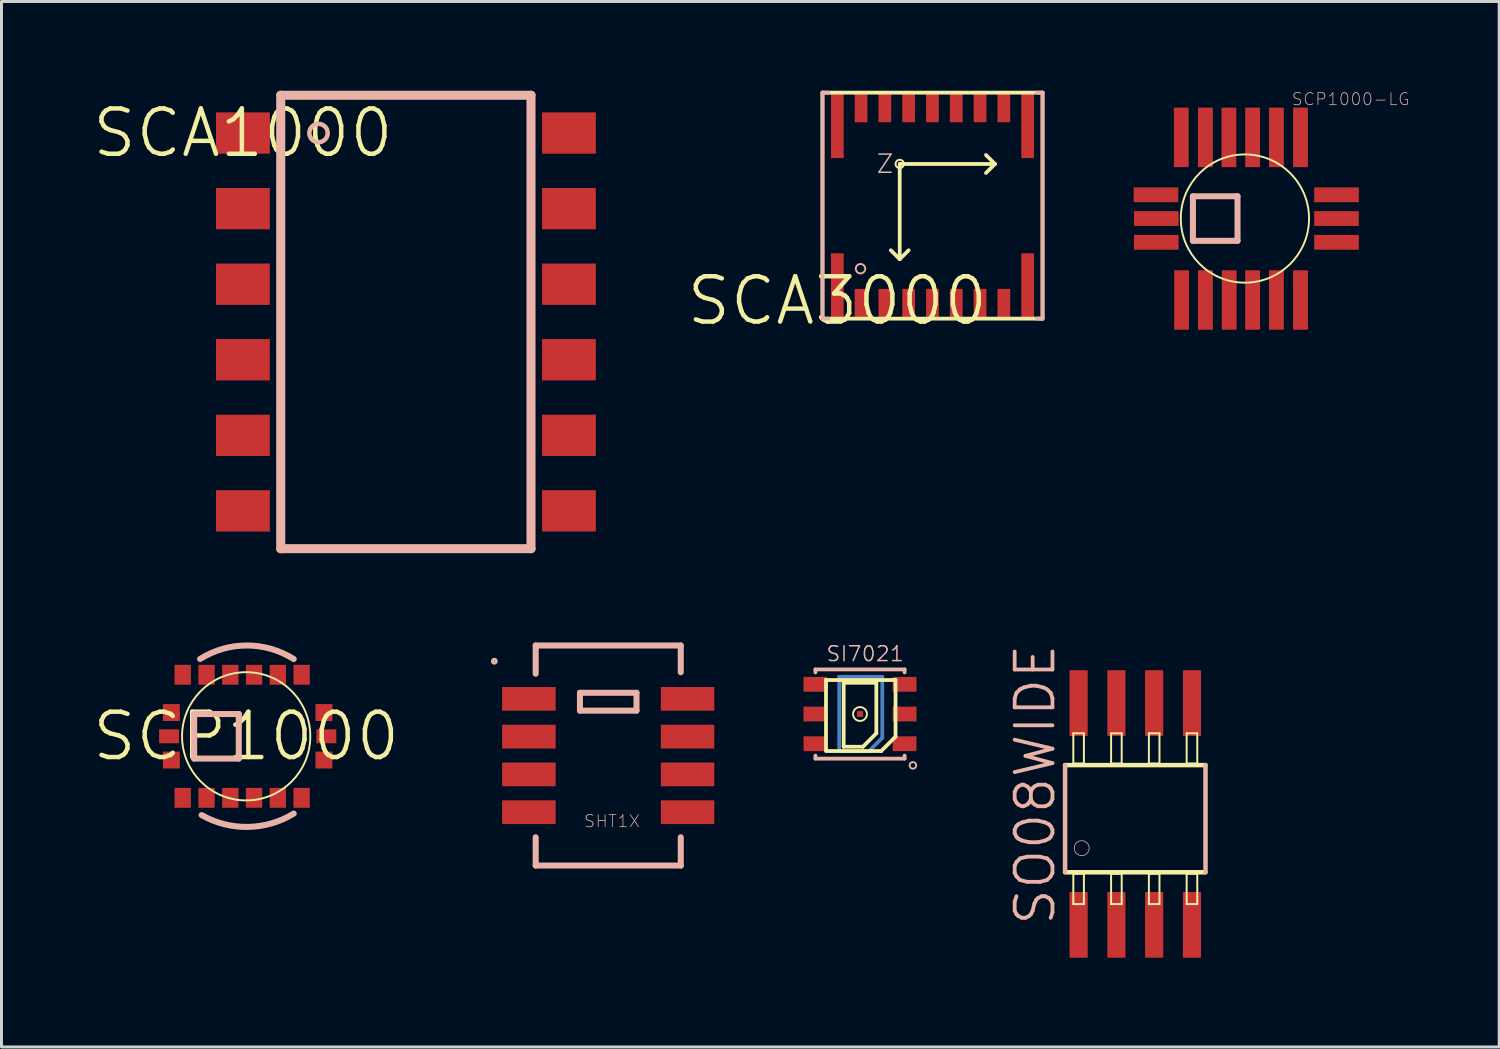
<source format=kicad_pcb>
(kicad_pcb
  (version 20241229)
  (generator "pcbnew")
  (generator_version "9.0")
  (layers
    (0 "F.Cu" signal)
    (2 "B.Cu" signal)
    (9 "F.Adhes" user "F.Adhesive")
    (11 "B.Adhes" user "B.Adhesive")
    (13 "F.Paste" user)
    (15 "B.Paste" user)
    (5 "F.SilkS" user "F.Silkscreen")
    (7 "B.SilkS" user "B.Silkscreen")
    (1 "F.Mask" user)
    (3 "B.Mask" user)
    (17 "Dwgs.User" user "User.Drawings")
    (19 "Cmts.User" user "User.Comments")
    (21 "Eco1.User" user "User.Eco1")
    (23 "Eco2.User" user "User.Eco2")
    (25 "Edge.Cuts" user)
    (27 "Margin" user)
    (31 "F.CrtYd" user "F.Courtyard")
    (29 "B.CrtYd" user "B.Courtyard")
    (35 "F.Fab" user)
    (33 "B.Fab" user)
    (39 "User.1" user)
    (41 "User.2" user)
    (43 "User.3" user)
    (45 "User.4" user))
  (footprint "SCA1000"
    (layer "F.Cu")
    (at 5.116 1.422)
    (property "Reference" "SCA1000" (at 0 0 0) (layer "F.SilkS") (effects (font (size 1.524 1.524) (thickness 0.15))))
    (attr smd)
    (fp_line (start 1.27 -1.27) (end 1.27 13.97) (stroke (width 0.305) (type solid)) (layer "B.SilkS"))
    (fp_line (start 1.27 13.97) (end 9.682 13.97) (stroke (width 0.305) (type solid)) (layer "B.SilkS"))
    (fp_line (start 9.682 -1.27) (end 1.27 -1.27) (stroke (width 0.305) (type solid)) (layer "B.SilkS"))
    (fp_line (start 9.682 13.97) (end 9.682 -1.27) (stroke (width 0.305) (type solid)) (layer "B.SilkS"))
    (fp_circle (center 2.54 0) (end 2.758 0.218) (stroke (width 0.152) (type solid)) (fill no) (layer "B.SilkS"))
    (pad "1" smd rect (at 0 0) (size 1.808 1.389) (layers "F.Cu" "F.Mask" "F.Paste"))
    (pad "2" smd rect (at 0 2.54) (size 1.808 1.389) (layers "F.Cu" "F.Mask" "F.Paste"))
    (pad "3" smd rect (at 0 5.08) (size 1.808 1.389) (layers "F.Cu" "F.Mask" "F.Paste"))
    (pad "4" smd rect (at 0 7.62) (size 1.808 1.389) (layers "F.Cu" "F.Mask" "F.Paste"))
    (pad "5" smd rect (at 0 10.16) (size 1.808 1.389) (layers "F.Cu" "F.Mask" "F.Paste"))
    (pad "6" smd rect (at 0 12.7) (size 1.808 1.389) (layers "F.Cu" "F.Mask" "F.Paste"))
    (pad "7" smd rect (at 10.958 12.7) (size 1.808 1.389) (layers "F.Cu" "F.Mask" "F.Paste"))
    (pad "8" smd rect (at 10.958 10.16) (size 1.808 1.389) (layers "F.Cu" "F.Mask" "F.Paste"))
    (pad "9" smd rect (at 10.958 7.62) (size 1.808 1.389) (layers "F.Cu" "F.Mask" "F.Paste"))
    (pad "10" smd rect (at 10.958 5.08) (size 1.808 1.389) (layers "F.Cu" "F.Mask" "F.Paste"))
    (pad "11" smd rect (at 10.958 2.54) (size 1.808 1.389) (layers "F.Cu" "F.Mask" "F.Paste"))
    (pad "12" smd rect (at 10.958 0) (size 1.808 1.389) (layers "F.Cu" "F.Mask" "F.Paste")))
  (footprint "SI7021"
    (layer "F.Cu")
    (at 25.857 20.95)
    (property "Reference" "SI7021" (at 0.173 -2.024 0) (layer "B.SilkS") (effects (font (size 0.498 0.498) (thickness 0.051))))
    (attr smd)
    (fp_line (start -0.699 -1.25) (end 0.749 -1.25) (stroke (width 0.127) (type solid)) (layer "B.Cu"))
    (fp_line (start -0.699 1.25) (end -0.699 -1.25) (stroke (width 0.127) (type solid)) (layer "B.Cu"))
    (fp_line (start 0.3 1.25) (end -0.699 1.25) (stroke (width 0.127) (type solid)) (layer "B.Cu"))
    (fp_line (start 0.749 -1.25) (end 0.749 0.798) (stroke (width 0.127) (type solid)) (layer "B.Cu"))
    (fp_line (start 0.749 0.798) (end 0.3 1.25) (stroke (width 0.127) (type solid)) (layer "B.Cu"))
    (fp_line (start -1.143 -1.143) (end 1.194 -1.143) (stroke (width 0.127) (type solid)) (layer "F.SilkS"))
    (fp_line (start -1.143 1.219) (end -1.143 -1.143) (stroke (width 0.127) (type solid)) (layer "F.SilkS"))
    (fp_line (start -0.549 -1.049) (end 0.549 -1.049) (stroke (width 0.127) (type solid)) (layer "F.SilkS"))
    (fp_line (start -0.549 1.1) (end -0.549 -1.049) (stroke (width 0.127) (type solid)) (layer "F.SilkS"))
    (fp_line (start 0.099 1.1) (end -0.549 1.1) (stroke (width 0.127) (type solid)) (layer "F.SilkS"))
    (fp_line (start 0.549 -1.049) (end 0.549 0.648) (stroke (width 0.127) (type solid)) (layer "F.SilkS"))
    (fp_line (start 0.549 0.648) (end 0.099 1.1) (stroke (width 0.127) (type solid)) (layer "F.SilkS"))
    (fp_line (start 0.711 1.245) (end -1.143 1.245) (stroke (width 0.127) (type solid)) (layer "F.SilkS"))
    (fp_line (start 1.194 -1.143) (end 1.194 0.762) (stroke (width 0.127) (type solid)) (layer "F.SilkS"))
    (fp_line (start 1.194 0.762) (end 0.711 1.245) (stroke (width 0.127) (type solid)) (layer "F.SilkS"))
    (fp_circle (center 0 0) (end -0.165 0.165) (stroke (width 0.064) (type solid)) (fill no) (layer "F.SilkS"))
    (fp_line (start -1.499 -1.499) (end 1.499 -1.499) (stroke (width 0.127) (type solid)) (layer "B.SilkS"))
    (fp_line (start -1.499 -1.397) (end -1.499 -1.499) (stroke (width 0.127) (type solid)) (layer "B.SilkS"))
    (fp_line (start -1.499 1.397) (end -1.499 1.499) (stroke (width 0.127) (type solid)) (layer "B.SilkS"))
    (fp_line (start -1.499 1.499) (end 1.499 1.499) (stroke (width 0.127) (type solid)) (layer "B.SilkS"))
    (fp_line (start 1.499 -1.499) (end 1.499 -1.397) (stroke (width 0.127) (type solid)) (layer "B.SilkS"))
    (fp_line (start 1.499 1.499) (end 1.499 1.397) (stroke (width 0.127) (type solid)) (layer "B.SilkS"))
    (fp_circle (center 1.778 1.727) (end 1.857 1.806) (stroke (width 0.064) (type solid)) (fill no) (layer "B.SilkS"))
    (pad "7" smd rect (at 0 0) (size 0.198 0.198) (layers "F.Cu" "F.Mask" "F.Paste"))
    (pad "DATA" smd rect (at 1.499 0.998 270) (size 0.498 0.798) (layers "F.Cu" "F.Mask" "F.Paste"))
    (pad "GND" smd rect (at 1.499 0 270) (size 0.498 0.798) (layers "F.Cu" "F.Mask" "F.Paste"))
    (pad "NC@3" smd rect (at 1.499 -0.998 270) (size 0.498 0.798) (layers "F.Cu" "F.Mask" "F.Paste"))
    (pad "NC@4" smd rect (at -1.499 -0.998 270) (size 0.498 0.798) (layers "F.Cu" "F.Mask" "F.Paste"))
    (pad "SCK" smd rect (at -1.499 0.998 270) (size 0.498 0.798) (layers "F.Cu" "F.Mask" "F.Paste"))
    (pad "VDD" smd rect (at -1.499 0 270) (size 0.498 0.798) (layers "F.Cu" "F.Mask" "F.Paste")))
  (footprint "SCA3000"
    (layer "F.Cu")
    (at 25.094 7.061)
    (property "Reference" "SCA3000" (at 0 0 0) (layer "F.SilkS") (effects (font (size 1.524 1.524) (thickness 0.15))))
    (attr smd)
    (fp_line (start -0.498 -6.998) (end -0.498 0.599) (stroke (width 0.127) (type solid)) (layer "F.SilkS"))
    (fp_line (start -0.498 0.599) (end 6.899 0.599) (stroke (width 0.127) (type solid)) (layer "F.SilkS"))
    (fp_line (start 2.098 -4.6) (end 2.098 -1.4) (stroke (width 0.127) (type solid)) (layer "F.SilkS"))
    (fp_line (start 2.098 -4.6) (end 5.298 -4.6) (stroke (width 0.127) (type solid)) (layer "F.SilkS"))
    (fp_line (start 2.098 -1.4) (end 1.798 -1.699) (stroke (width 0.127) (type solid)) (layer "F.SilkS"))
    (fp_line (start 2.098 -1.4) (end 2.398 -1.699) (stroke (width 0.127) (type solid)) (layer "F.SilkS"))
    (fp_line (start 4.999 -4.9) (end 5.298 -4.6) (stroke (width 0.127) (type solid)) (layer "F.SilkS"))
    (fp_line (start 5.298 -4.6) (end 4.999 -4.298) (stroke (width 0.127) (type solid)) (layer "F.SilkS"))
    (fp_line (start 6.899 -6.998) (end -0.498 -6.998) (stroke (width 0.127) (type solid)) (layer "F.SilkS"))
    (fp_line (start 6.899 0.599) (end 6.899 -6.998) (stroke (width 0.127) (type solid)) (layer "F.SilkS"))
    (fp_circle (center 2.098 -4.6) (end 2.197 -4.699) (stroke (width 0.064) (type solid)) (fill no) (layer "F.SilkS"))
    (fp_line (start -0.498 -6.998) (end -0.498 0.599) (stroke (width 0.127) (type solid)) (layer "B.SilkS"))
    (fp_line (start -0.498 -6.998) (end -0.3 -6.998) (stroke (width 0.127) (type solid)) (layer "B.SilkS"))
    (fp_line (start -0.498 0.599) (end -0.3 0.599) (stroke (width 0.127) (type solid)) (layer "B.SilkS"))
    (fp_line (start 6.899 -6.998) (end 6.698 -6.998) (stroke (width 0.127) (type solid)) (layer "B.SilkS"))
    (fp_line (start 6.899 0.599) (end 6.698 0.599) (stroke (width 0.127) (type solid)) (layer "B.SilkS"))
    (fp_line (start 6.899 0.599) (end 6.899 -6.998) (stroke (width 0.127) (type solid)) (layer "B.SilkS"))
    (fp_circle (center 0.78 -1.079) (end 0.892 -1.191) (stroke (width 0.064) (type solid)) (fill no) (layer "B.SilkS"))
    (fp_text user "Z" (at 1.603 -4.602 0) (layer "B.SilkS") (effects (font (size 0.61 0.61) (thickness 0.051))))
    (pad "P$1" smd rect (at 0 -0.498) (size 0.429 2.2) (layers "F.Cu" "F.Mask" "F.Paste"))
    (pad "P$2" smd rect (at 0.798 0.099) (size 0.429 0.998) (layers "F.Cu" "F.Mask" "F.Paste"))
    (pad "P$3" smd rect (at 1.598 0.099) (size 0.429 0.998) (layers "F.Cu" "F.Mask" "F.Paste"))
    (pad "P$4" smd rect (at 2.398 0.099) (size 0.429 0.998) (layers "F.Cu" "F.Mask" "F.Paste"))
    (pad "P$5" smd rect (at 3.198 0.099) (size 0.429 0.998) (layers "F.Cu" "F.Mask" "F.Paste"))
    (pad "P$6" smd rect (at 3.998 0.099) (size 0.429 0.998) (layers "F.Cu" "F.Mask" "F.Paste"))
    (pad "P$7" smd rect (at 4.798 0.099) (size 0.429 0.998) (layers "F.Cu" "F.Mask" "F.Paste"))
    (pad "P$8" smd rect (at 5.598 0.099) (size 0.429 0.998) (layers "F.Cu" "F.Mask" "F.Paste"))
    (pad "P$9" smd rect (at 6.398 -0.498) (size 0.429 2.2) (layers "F.Cu" "F.Mask" "F.Paste"))
    (pad "P$10" smd rect (at 6.398 -5.898) (size 0.429 2.2) (layers "F.Cu" "F.Mask" "F.Paste"))
    (pad "P$11" smd rect (at 5.598 -6.5) (size 0.429 0.998) (layers "F.Cu" "F.Mask" "F.Paste"))
    (pad "P$12" smd rect (at 4.798 -6.5) (size 0.429 0.998) (layers "F.Cu" "F.Mask" "F.Paste"))
    (pad "P$13" smd rect (at 3.998 -6.5) (size 0.429 0.998) (layers "F.Cu" "F.Mask" "F.Paste"))
    (pad "P$14" smd rect (at 3.198 -6.5) (size 0.429 0.998) (layers "F.Cu" "F.Mask" "F.Paste"))
    (pad "P$15" smd rect (at 2.398 -6.5) (size 0.429 0.998) (layers "F.Cu" "F.Mask" "F.Paste"))
    (pad "P$16" smd rect (at 1.598 -6.5) (size 0.429 0.998) (layers "F.Cu" "F.Mask" "F.Paste"))
    (pad "P$17" smd rect (at 0.798 -6.5) (size 0.429 0.998) (layers "F.Cu" "F.Mask" "F.Paste"))
    (pad "P$18" smd rect (at 0 -5.898) (size 0.429 2.2) (layers "F.Cu" "F.Mask" "F.Paste")))
  (footprint "SCP1000-LG"
    (layer "F.Cu")
    (at 38.795 4.296)
    (property "Reference" "SCP1000-LG" (at 3.556 -4.013 0) (layer "B.SilkS") (effects (font (size 0.406 0.406) (thickness 0.025))))
    (attr smd)
    (fp_circle (center 0 0) (end -1.524 1.524) (stroke (width 0.064) (type solid)) (fill no) (layer "F.SilkS"))
    (fp_line (start -1.748 -0.749) (end -0.249 -0.749) (stroke (width 0.203) (type solid)) (layer "B.SilkS"))
    (fp_line (start -1.748 0.749) (end -1.748 -0.749) (stroke (width 0.203) (type solid)) (layer "B.SilkS"))
    (fp_line (start -0.249 -0.749) (end -0.249 0.749) (stroke (width 0.203) (type solid)) (layer "B.SilkS"))
    (fp_line (start -0.249 0.749) (end -1.748 0.749) (stroke (width 0.203) (type solid)) (layer "B.SilkS"))
    (pad "ATST" smd rect (at -2.979 0.798 180) (size 1.499 0.498) (layers "F.Cu" "F.Mask" "F.Paste"))
    (pad "ATST" smd rect (at -2.129 2.738 180) (size 0.498 1.999) (layers "F.Cu" "F.Mask" "F.Paste"))
    (pad "AVDD" smd rect (at -1.328 -2.728 180) (size 0.498 1.999) (layers "F.Cu" "F.Mask" "F.Paste"))
    (pad "AVSS" smd rect (at -2.99 -0.798 180) (size 1.499 0.498) (layers "F.Cu" "F.Mask" "F.Paste"))
    (pad "AVSS" smd rect (at -2.139 -2.728 180) (size 0.498 1.999) (layers "F.Cu" "F.Mask" "F.Paste"))
    (pad "CLK" smd rect (at 0.259 2.738 180) (size 0.498 1.999) (layers "F.Cu" "F.Mask" "F.Paste"))
    (pad "CSB" smd rect (at -0.538 -2.728 180) (size 0.498 1.999) (layers "F.Cu" "F.Mask" "F.Paste"))
    (pad "DRDY" smd rect (at -0.528 2.738 180) (size 0.498 1.999) (layers "F.Cu" "F.Mask" "F.Paste"))
    (pad "DUMM" smd rect (at -2.979 0) (size 1.499 0.498) (layers "F.Cu" "F.Mask" "F.Paste"))
    (pad "DUMM" smd rect (at 3.078 0) (size 1.499 0.498) (layers "F.Cu" "F.Mask" "F.Paste"))
    (pad "DVDD" smd rect (at 1.059 2.738 180) (size 0.498 1.999) (layers "F.Cu" "F.Mask" "F.Paste"))
    (pad "DVDD" smd rect (at 3.078 0.798 180) (size 1.499 0.498) (layers "F.Cu" "F.Mask" "F.Paste"))
    (pad "DVSS" smd rect (at 1.869 2.738 180) (size 0.498 1.999) (layers "F.Cu" "F.Mask" "F.Paste"))
    (pad "MISO" smd rect (at 0.259 -2.728 180) (size 0.498 1.999) (layers "F.Cu" "F.Mask" "F.Paste"))
    (pad "MOSI" smd rect (at 1.059 -2.728 180) (size 0.498 1.999) (layers "F.Cu" "F.Mask" "F.Paste"))
    (pad "PD" smd rect (at 3.078 -0.798 180) (size 1.499 0.498) (layers "F.Cu" "F.Mask" "F.Paste"))
    (pad "SCK/" smd rect (at 1.869 -2.728 180) (size 0.498 1.999) (layers "F.Cu" "F.Mask" "F.Paste"))
    (pad "TRIG" smd rect (at -1.328 2.738 180) (size 0.498 1.999) (layers "F.Cu" "F.Mask" "F.Paste")))
  (footprint "SO08WIDE"
    (layer "F.Cu")
    (at 35.11 24.468)
    (property "Reference" "SO08WIDE" (at -3.365 -1.143 90) (layer "B.SilkS") (effects (font (size 1.27 1.27) (thickness 0.127))))
    (attr smd)
    (fp_line (start -2.36 1.801) (end 2.36 1.801) (stroke (width 0.152) (type solid)) (layer "F.SilkS"))
    (fp_line (start -2.083 -2.87) (end -1.727 -2.87) (stroke (width 0.066) (type solid)) (layer "F.SilkS"))
    (fp_line (start -2.083 -1.854) (end -2.083 -2.87) (stroke (width 0.066) (type solid)) (layer "F.SilkS"))
    (fp_line (start -2.083 -1.854) (end -1.727 -1.854) (stroke (width 0.066) (type solid)) (layer "F.SilkS"))
    (fp_line (start -2.083 1.854) (end -1.727 1.854) (stroke (width 0.066) (type solid)) (layer "F.SilkS"))
    (fp_line (start -2.083 2.87) (end -2.083 1.854) (stroke (width 0.066) (type solid)) (layer "F.SilkS"))
    (fp_line (start -2.083 2.87) (end -1.727 2.87) (stroke (width 0.066) (type solid)) (layer "F.SilkS"))
    (fp_line (start -1.727 -1.854) (end -1.727 -2.87) (stroke (width 0.066) (type solid)) (layer "F.SilkS"))
    (fp_line (start -1.727 2.87) (end -1.727 1.854) (stroke (width 0.066) (type solid)) (layer "F.SilkS"))
    (fp_line (start -0.813 -2.87) (end -0.457 -2.87) (stroke (width 0.066) (type solid)) (layer "F.SilkS"))
    (fp_line (start -0.813 -1.854) (end -0.813 -2.87) (stroke (width 0.066) (type solid)) (layer "F.SilkS"))
    (fp_line (start -0.813 -1.854) (end -0.457 -1.854) (stroke (width 0.066) (type solid)) (layer "F.SilkS"))
    (fp_line (start -0.813 1.854) (end -0.457 1.854) (stroke (width 0.066) (type solid)) (layer "F.SilkS"))
    (fp_line (start -0.813 2.87) (end -0.813 1.854) (stroke (width 0.066) (type solid)) (layer "F.SilkS"))
    (fp_line (start -0.813 2.87) (end -0.457 2.87) (stroke (width 0.066) (type solid)) (layer "F.SilkS"))
    (fp_line (start -0.457 -1.854) (end -0.457 -2.87) (stroke (width 0.066) (type solid)) (layer "F.SilkS"))
    (fp_line (start -0.457 2.87) (end -0.457 1.854) (stroke (width 0.066) (type solid)) (layer "F.SilkS"))
    (fp_line (start 0.457 -2.87) (end 0.813 -2.87) (stroke (width 0.066) (type solid)) (layer "F.SilkS"))
    (fp_line (start 0.457 -1.854) (end 0.457 -2.87) (stroke (width 0.066) (type solid)) (layer "F.SilkS"))
    (fp_line (start 0.457 -1.854) (end 0.813 -1.854) (stroke (width 0.066) (type solid)) (layer "F.SilkS"))
    (fp_line (start 0.457 1.854) (end 0.813 1.854) (stroke (width 0.066) (type solid)) (layer "F.SilkS"))
    (fp_line (start 0.457 2.87) (end 0.457 1.854) (stroke (width 0.066) (type solid)) (layer "F.SilkS"))
    (fp_line (start 0.457 2.87) (end 0.813 2.87) (stroke (width 0.066) (type solid)) (layer "F.SilkS"))
    (fp_line (start 0.813 -1.854) (end 0.813 -2.87) (stroke (width 0.066) (type solid)) (layer "F.SilkS"))
    (fp_line (start 0.813 2.87) (end 0.813 1.854) (stroke (width 0.066) (type solid)) (layer "F.SilkS"))
    (fp_line (start 1.727 -2.87) (end 2.083 -2.87) (stroke (width 0.066) (type solid)) (layer "F.SilkS"))
    (fp_line (start 1.727 -1.854) (end 1.727 -2.87) (stroke (width 0.066) (type solid)) (layer "F.SilkS"))
    (fp_line (start 1.727 -1.854) (end 2.083 -1.854) (stroke (width 0.066) (type solid)) (layer "F.SilkS"))
    (fp_line (start 1.727 1.854) (end 2.083 1.854) (stroke (width 0.066) (type solid)) (layer "F.SilkS"))
    (fp_line (start 1.727 2.87) (end 1.727 1.854) (stroke (width 0.066) (type solid)) (layer "F.SilkS"))
    (fp_line (start 1.727 2.87) (end 2.083 2.87) (stroke (width 0.066) (type solid)) (layer "F.SilkS"))
    (fp_line (start 2.083 -1.854) (end 2.083 -2.87) (stroke (width 0.066) (type solid)) (layer "F.SilkS"))
    (fp_line (start 2.083 2.87) (end 2.083 1.854) (stroke (width 0.066) (type solid)) (layer "F.SilkS"))
    (fp_line (start 2.36 -1.801) (end -2.36 -1.801) (stroke (width 0.152) (type solid)) (layer "F.SilkS"))
    (fp_line (start -2.36 -1.801) (end -2.36 1.801) (stroke (width 0.152) (type solid)) (layer "B.SilkS"))
    (fp_line (start 2.36 1.801) (end 2.36 -1.801) (stroke (width 0.152) (type solid)) (layer "B.SilkS"))
    (fp_circle (center -1.801 0.991) (end -1.979 1.168) (stroke (width 0.025) (type solid)) (fill no) (layer "B.SilkS"))
    (pad "1" smd rect (at -1.905 3.569) (size 0.61 2.207) (layers "F.Cu" "F.Mask" "F.Paste"))
    (pad "2" smd rect (at -0.635 3.569) (size 0.61 2.207) (layers "F.Cu" "F.Mask" "F.Paste"))
    (pad "3" smd rect (at 0.635 3.569) (size 0.61 2.207) (layers "F.Cu" "F.Mask" "F.Paste"))
    (pad "4" smd rect (at 1.905 3.569) (size 0.61 2.207) (layers "F.Cu" "F.Mask" "F.Paste"))
    (pad "5" smd rect (at 1.905 -3.886) (size 0.61 2.207) (layers "F.Cu" "F.Mask" "F.Paste"))
    (pad "6" smd rect (at 0.635 -3.886) (size 0.61 2.207) (layers "F.Cu" "F.Mask" "F.Paste"))
    (pad "7" smd rect (at -0.635 -3.886) (size 0.61 2.207) (layers "F.Cu" "F.Mask" "F.Paste"))
    (pad "8" smd rect (at -1.905 -3.886) (size 0.61 2.207) (layers "F.Cu" "F.Mask" "F.Paste")))
  (footprint "SCP1000"
    (layer "F.Cu")
    (at 5.225 21.699)
    (property "Reference" "SCP1000" (at 0 0 0) (layer "F.SilkS") (effects (font (size 1.524 1.524) (thickness 0.15))))
    (attr smd)
    (fp_circle (center 0 0) (end -1.524 1.524) (stroke (width 0.064) (type solid)) (fill no) (layer "F.SilkS"))
    (fp_line (start -1.748 -0.749) (end -0.249 -0.749) (stroke (width 0.203) (type solid)) (layer "B.SilkS"))
    (fp_line (start -1.748 0.749) (end -1.748 -0.749) (stroke (width 0.203) (type solid)) (layer "B.SilkS"))
    (fp_line (start -0.249 -0.749) (end -0.249 0.749) (stroke (width 0.203) (type solid)) (layer "B.SilkS"))
    (fp_line (start -0.249 0.749) (end -1.748 0.749) (stroke (width 0.203) (type solid)) (layer "B.SilkS"))
    (fp_arc (start -1.5494 -2.59842) (mid 0.02414 -3.052603) (end 1.597285 -2.597054) (stroke (width 0.2032) (type solid)) (layer "B.SilkS"))
    (fp_arc (start 1.59766 2.59842) (mid 0.056189 3.045924) (end -1.498766 2.647794) (stroke (width 0.2032) (type solid)) (layer "B.SilkS"))
    (pad "ATST" smd rect (at -2.515 0.798 180) (size 0.569 0.569) (layers "F.Cu" "F.Mask" "F.Paste"))
    (pad "ATST" smd rect (at -2.134 2.068 180) (size 0.549 0.668) (layers "F.Cu" "F.Mask" "F.Paste"))
    (pad "AVDD" smd rect (at -1.333 -2.068 180) (size 0.549 0.668) (layers "F.Cu" "F.Mask" "F.Paste"))
    (pad "AVSS" smd rect (at -2.515 -0.798 180) (size 0.569 0.569) (layers "F.Cu" "F.Mask" "F.Paste"))
    (pad "AVSS" smd rect (at -2.134 -2.068 180) (size 0.549 0.668) (layers "F.Cu" "F.Mask" "F.Paste"))
    (pad "CLK" smd rect (at 0.264 2.068 180) (size 0.549 0.668) (layers "F.Cu" "F.Mask" "F.Paste"))
    (pad "CSB" smd rect (at -0.533 -2.068 180) (size 0.549 0.668) (layers "F.Cu" "F.Mask" "F.Paste"))
    (pad "DRDY" smd rect (at -0.533 2.068 180) (size 0.549 0.668) (layers "F.Cu" "F.Mask" "F.Paste"))
    (pad "DUMM" smd rect (at -2.593 0) (size 0.668 0.47) (layers "F.Cu" "F.Mask" "F.Paste"))
    (pad "DUMM" smd rect (at 2.695 0) (size 0.668 0.47) (layers "F.Cu" "F.Mask" "F.Paste"))
    (pad "DVDD" smd rect (at 1.064 2.068 180) (size 0.549 0.668) (layers "F.Cu" "F.Mask" "F.Paste"))
    (pad "DVDD" smd rect (at 2.614 0.798 180) (size 0.569 0.569) (layers "F.Cu" "F.Mask" "F.Paste"))
    (pad "DVSS" smd rect (at 1.864 2.068 180) (size 0.549 0.668) (layers "F.Cu" "F.Mask" "F.Paste"))
    (pad "MISO" smd rect (at 0.264 -2.068 180) (size 0.549 0.668) (layers "F.Cu" "F.Mask" "F.Paste"))
    (pad "MOSI" smd rect (at 1.064 -2.068 180) (size 0.549 0.668) (layers "F.Cu" "F.Mask" "F.Paste"))
    (pad "PD" smd rect (at 2.614 -0.798 180) (size 0.569 0.569) (layers "F.Cu" "F.Mask" "F.Paste"))
    (pad "SCK/" smd rect (at 1.864 -2.068 180) (size 0.549 0.668) (layers "F.Cu" "F.Mask" "F.Paste"))
    (pad "TRIG" smd rect (at -1.333 2.068 180) (size 0.549 0.668) (layers "F.Cu" "F.Mask" "F.Paste")))
  (footprint "SHT1X"
    (layer "F.Cu")
    (at 17.394 22.345)
    (property "Reference" "SHT1X" (at 0.127 2.207 0) (layer "B.SilkS") (effects (font (size 0.406 0.406) (thickness 0.025))))
    (attr smd)
    (fp_line (start -2.438 -3.698) (end 2.438 -3.698) (stroke (width 0.203) (type solid)) (layer "B.SilkS"))
    (fp_line (start -2.438 -2.748) (end -2.438 -3.698) (stroke (width 0.203) (type solid)) (layer "B.SilkS"))
    (fp_line (start -2.438 3.698) (end -2.438 2.748) (stroke (width 0.203) (type solid)) (layer "B.SilkS"))
    (fp_line (start -0.95 -2.108) (end 0.95 -2.108) (stroke (width 0.203) (type solid)) (layer "B.SilkS"))
    (fp_line (start -0.95 -1.509) (end -0.95 -2.108) (stroke (width 0.203) (type solid)) (layer "B.SilkS"))
    (fp_line (start 0.95 -2.108) (end 0.95 -1.509) (stroke (width 0.203) (type solid)) (layer "B.SilkS"))
    (fp_line (start 0.95 -1.509) (end -0.95 -1.509) (stroke (width 0.203) (type solid)) (layer "B.SilkS"))
    (fp_line (start 2.438 -3.698) (end 2.438 -2.799) (stroke (width 0.203) (type solid)) (layer "B.SilkS"))
    (fp_line (start 2.438 2.748) (end 2.438 3.698) (stroke (width 0.203) (type solid)) (layer "B.SilkS"))
    (fp_line (start 2.438 3.698) (end -2.438 3.698) (stroke (width 0.203) (type solid)) (layer "B.SilkS"))
    (fp_circle (center -3.828 -3.17) (end -3.873 -3.216) (stroke (width 0.102) (type solid)) (fill no) (layer "B.SilkS"))
    (pad "1" smd rect (at -2.667 -1.905 180) (size 1.798 0.798) (layers "F.Cu" "F.Mask" "F.Paste"))
    (pad "2" smd rect (at -2.667 -0.635 180) (size 1.798 0.798) (layers "F.Cu" "F.Mask" "F.Paste"))
    (pad "3" smd rect (at -2.667 0.635 180) (size 1.798 0.798) (layers "F.Cu" "F.Mask" "F.Paste"))
    (pad "4" smd rect (at -2.667 1.905 180) (size 1.798 0.798) (layers "F.Cu" "F.Mask" "F.Paste"))
    (pad "5" smd rect (at 2.667 1.905 180) (size 1.798 0.798) (layers "F.Cu" "F.Mask" "F.Paste"))
    (pad "6" smd rect (at 2.667 0.635 180) (size 1.798 0.798) (layers "F.Cu" "F.Mask" "F.Paste"))
    (pad "7" smd rect (at 2.667 -0.635 180) (size 1.798 0.798) (layers "F.Cu" "F.Mask" "F.Paste"))
    (pad "8" smd rect (at 2.667 -1.905 180) (size 1.798 0.798) (layers "F.Cu" "F.Mask" "F.Paste")))
  (gr_rect
    (start -3 -3)
    (end 47.342 32.141)
    (stroke (width 0.1) (type default))
    (fill no)
    (layer "Edge.Cuts")))
</source>
